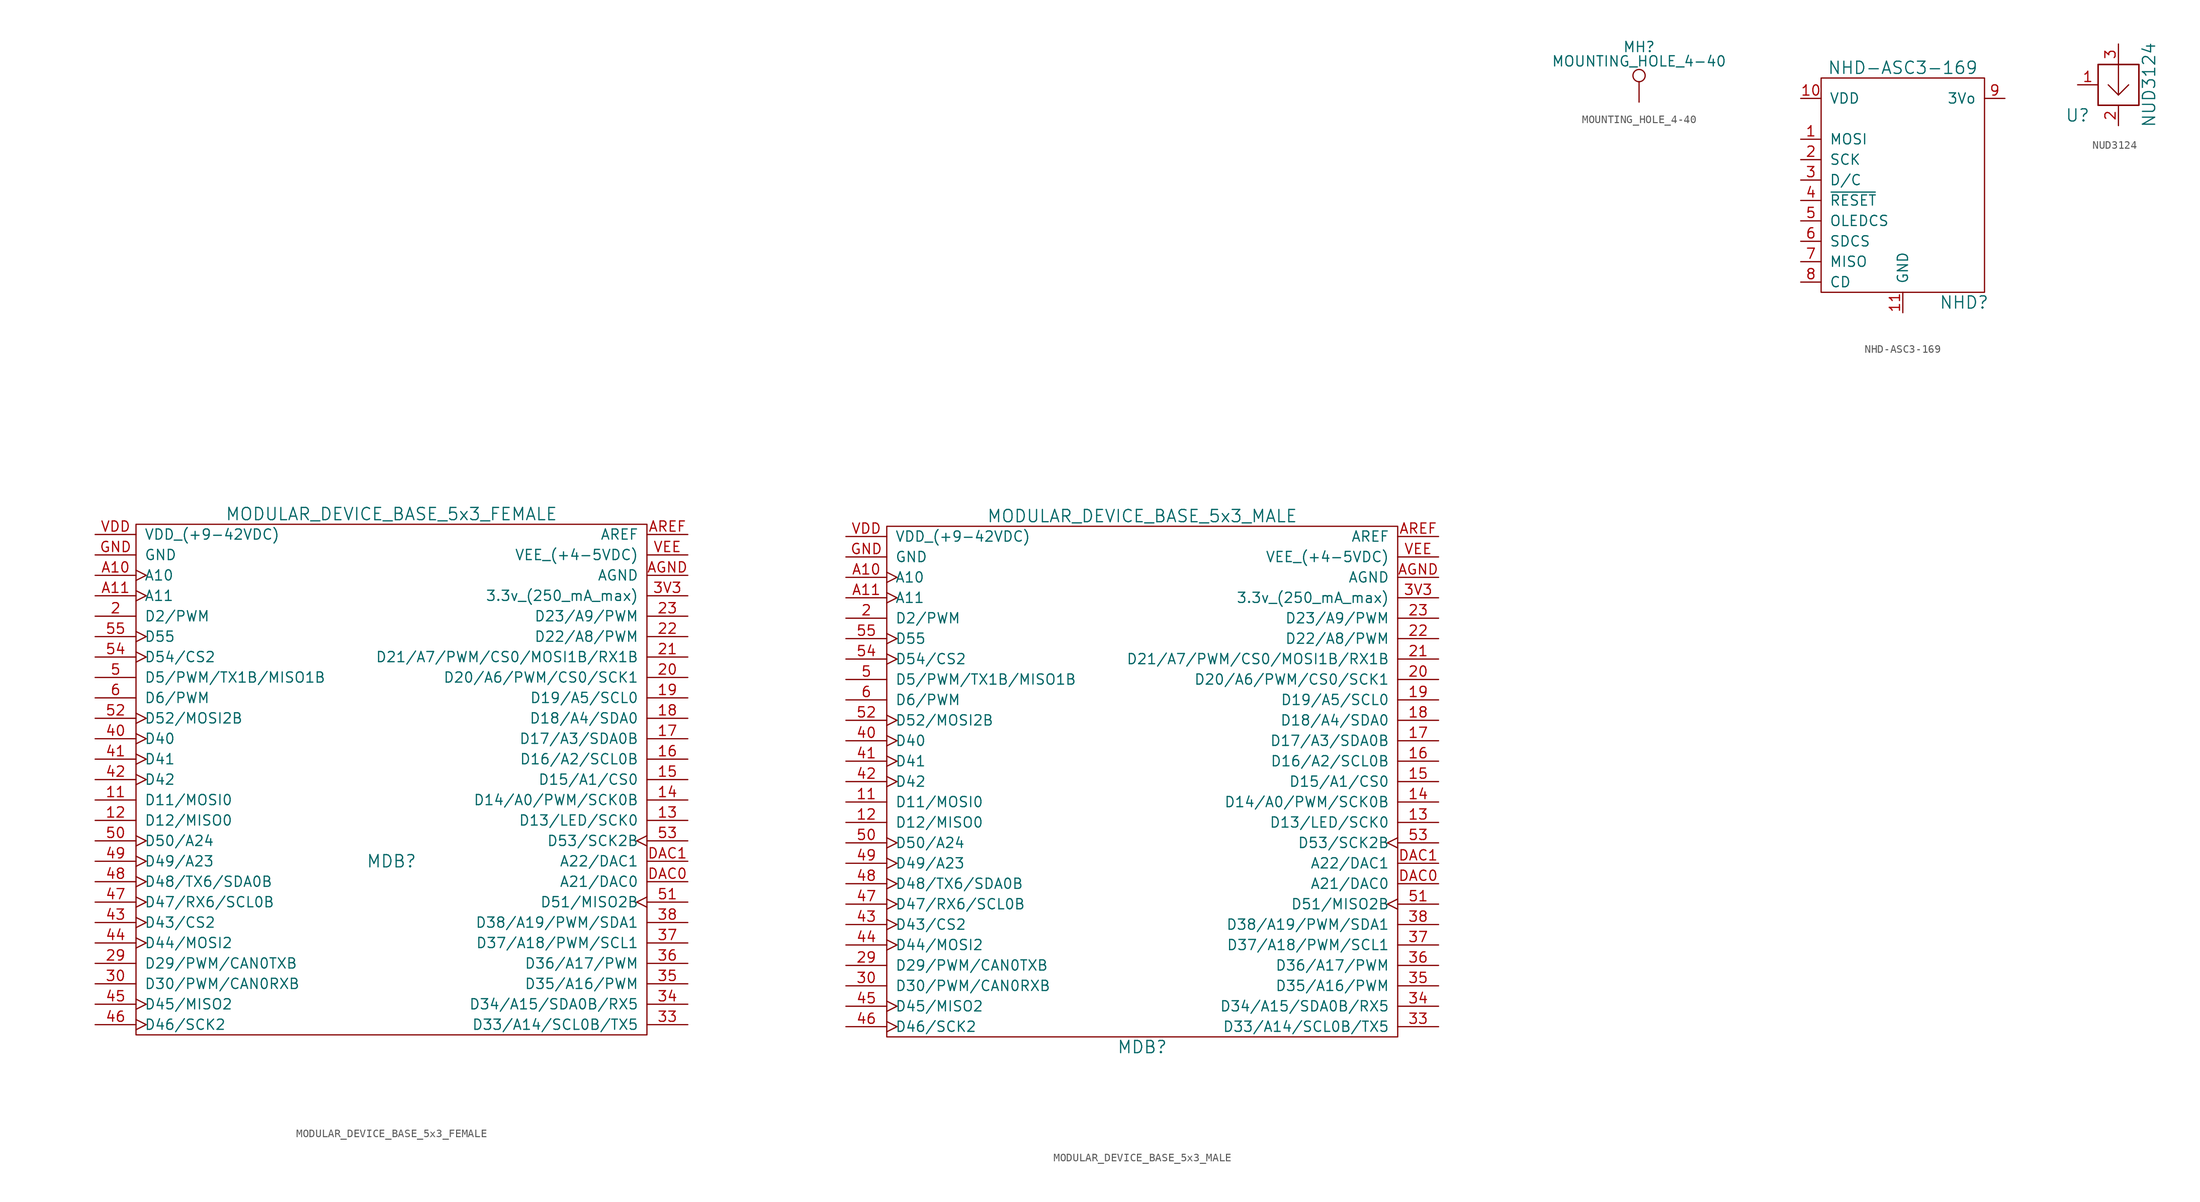
<source format=kicad_sym>
(kicad_symbol_lib
  (version 20211014)
  (generator kicad_symbol_editor)
  (symbol "MODULAR_DEVICE_BASE_5x3_FEMALE"
    (pin_names
      (offset 1.016))
    (property "Reference" "MDB"
      (at 0 -21.59 0)
      (effects (font (size 1.524 1.524))))
    (property "Value" "MODULAR_DEVICE_BASE_5x3_FEMALE"
      (at 0 21.59 0)
      (effects (font (size 1.524 1.524))))
    (property "Datasheet" ""
      (at 1.27 69.85 0)
      (effects (font (size 1.524 1.524))))
    (symbol "MODULAR_DEVICE_BASE_5x3_FEMALE_0_1"
      (rectangle (start -31.75 20.32) (end 31.75 -43.18) (stroke (width 0) (type default) (color 0 0 0 0)) (fill (type none))))
    (symbol "MODULAR_DEVICE_BASE_5x3_FEMALE_1_1"
      (pin bidirectional line (at -36.83 -13.97 0) (length 5.08) (name "D11/MOSI0" (effects (font (size 1.27 1.27)))) (number "11" (effects (font (size 1.27 1.27)))))
      (pin bidirectional line (at -36.83 -16.51 0) (length 5.08) (name "D12/MISO0" (effects (font (size 1.27 1.27)))) (number "12" (effects (font (size 1.27 1.27)))))
      (pin bidirectional line (at 36.83 -16.51 180) (length 5.08) (name "D13/LED/SCK0" (effects (font (size 1.27 1.27)))) (number "13" (effects (font (size 1.27 1.27)))))
      (pin bidirectional line (at 36.83 -13.97 180) (length 5.08) (name "D14/A0/PWM/SCK0B" (effects (font (size 1.27 1.27)))) (number "14" (effects (font (size 1.27 1.27)))))
      (pin bidirectional line (at 36.83 -11.43 180) (length 5.08) (name "D15/A1/CS0" (effects (font (size 1.27 1.27)))) (number "15" (effects (font (size 1.27 1.27)))))
      (pin bidirectional line (at 36.83 -8.89 180) (length 5.08) (name "D16/A2/SCL0B" (effects (font (size 1.27 1.27)))) (number "16" (effects (font (size 1.27 1.27)))))
      (pin bidirectional line (at 36.83 -6.35 180) (length 5.08) (name "D17/A3/SDA0B" (effects (font (size 1.27 1.27)))) (number "17" (effects (font (size 1.27 1.27)))))
      (pin bidirectional line (at 36.83 -3.81 180) (length 5.08) (name "D18/A4/SDA0" (effects (font (size 1.27 1.27)))) (number "18" (effects (font (size 1.27 1.27)))))
      (pin bidirectional line (at 36.83 -1.27 180) (length 5.08) (name "D19/A5/SCL0" (effects (font (size 1.27 1.27)))) (number "19" (effects (font (size 1.27 1.27)))))
      (pin bidirectional line (at -36.83 8.89 0) (length 5.08) (name "D2/PWM" (effects (font (size 1.27 1.27)))) (number "2" (effects (font (size 1.27 1.27)))))
      (pin bidirectional line (at 36.83 1.27 180) (length 5.08) (name "D20/A6/PWM/CS0/SCK1" (effects (font (size 1.27 1.27)))) (number "20" (effects (font (size 1.27 1.27)))))
      (pin bidirectional line (at 36.83 3.81 180) (length 5.08) (name "D21/A7/PWM/CS0/MOSI1B/RX1B" (effects (font (size 1.27 1.27)))) (number "21" (effects (font (size 1.27 1.27)))))
      (pin bidirectional line (at 36.83 6.35 180) (length 5.08) (name "D22/A8/PWM" (effects (font (size 1.27 1.27)))) (number "22" (effects (font (size 1.27 1.27)))))
      (pin bidirectional line (at 36.83 8.89 180) (length 5.08) (name "D23/A9/PWM" (effects (font (size 1.27 1.27)))) (number "23" (effects (font (size 1.27 1.27)))))
      (pin bidirectional line (at -36.83 -34.29 0) (length 5.08) (name "D29/PWM/CAN0TXB" (effects (font (size 1.27 1.27)))) (number "29" (effects (font (size 1.27 1.27)))))
      (pin bidirectional line (at -36.83 -36.83 0) (length 5.08) (name "D30/PWM/CAN0RXB" (effects (font (size 1.27 1.27)))) (number "30" (effects (font (size 1.27 1.27)))))
      (pin bidirectional line (at 36.83 -41.91 180) (length 5.08) (name "D33/A14/SCL0B/TX5" (effects (font (size 1.27 1.27)))) (number "33" (effects (font (size 1.27 1.27)))))
      (pin bidirectional line (at 36.83 -39.37 180) (length 5.08) (name "D34/A15/SDA0B/RX5" (effects (font (size 1.27 1.27)))) (number "34" (effects (font (size 1.27 1.27)))))
      (pin bidirectional line (at 36.83 -36.83 180) (length 5.08) (name "D35/A16/PWM" (effects (font (size 1.27 1.27)))) (number "35" (effects (font (size 1.27 1.27)))))
      (pin bidirectional line (at 36.83 -34.29 180) (length 5.08) (name "D36/A17/PWM" (effects (font (size 1.27 1.27)))) (number "36" (effects (font (size 1.27 1.27)))))
      (pin bidirectional line (at 36.83 -31.75 180) (length 5.08) (name "D37/A18/PWM/SCL1" (effects (font (size 1.27 1.27)))) (number "37" (effects (font (size 1.27 1.27)))))
      (pin bidirectional line (at 36.83 -29.21 180) (length 5.08) (name "D38/A19/PWM/SDA1" (effects (font (size 1.27 1.27)))) (number "38" (effects (font (size 1.27 1.27)))))
      (pin passive line (at 36.83 11.43 180) (length 5.08) (name "3.3v_(250_mA_max)" (effects (font (size 1.27 1.27)))) (number "3V3" (effects (font (size 1.27 1.27)))))
      (pin bidirectional clock (at -36.83 -6.35 0) (length 5.08) (name "D40" (effects (font (size 1.27 1.27)))) (number "40" (effects (font (size 1.27 1.27)))))
      (pin bidirectional clock (at -36.83 -8.89 0) (length 5.08) (name "D41" (effects (font (size 1.27 1.27)))) (number "41" (effects (font (size 1.27 1.27)))))
      (pin bidirectional clock (at -36.83 -11.43 0) (length 5.08) (name "D42" (effects (font (size 1.27 1.27)))) (number "42" (effects (font (size 1.27 1.27)))))
      (pin bidirectional clock (at -36.83 -29.21 0) (length 5.08) (name "D43/CS2" (effects (font (size 1.27 1.27)))) (number "43" (effects (font (size 1.27 1.27)))))
      (pin bidirectional clock (at -36.83 -31.75 0) (length 5.08) (name "D44/MOSI2" (effects (font (size 1.27 1.27)))) (number "44" (effects (font (size 1.27 1.27)))))
      (pin bidirectional clock (at -36.83 -39.37 0) (length 5.08) (name "D45/MISO2" (effects (font (size 1.27 1.27)))) (number "45" (effects (font (size 1.27 1.27)))))
      (pin bidirectional clock (at -36.83 -41.91 0) (length 5.08) (name "D46/SCK2" (effects (font (size 1.27 1.27)))) (number "46" (effects (font (size 1.27 1.27)))))
      (pin bidirectional clock (at -36.83 -26.67 0) (length 5.08) (name "D47/RX6/SCL0B" (effects (font (size 1.27 1.27)))) (number "47" (effects (font (size 1.27 1.27)))))
      (pin bidirectional clock (at -36.83 -24.13 0) (length 5.08) (name "D48/TX6/SDA0B" (effects (font (size 1.27 1.27)))) (number "48" (effects (font (size 1.27 1.27)))))
      (pin bidirectional clock (at -36.83 -21.59 0) (length 5.08) (name "D49/A23" (effects (font (size 1.27 1.27)))) (number "49" (effects (font (size 1.27 1.27)))))
      (pin bidirectional line (at -36.83 1.27 0) (length 5.08) (name "D5/PWM/TX1B/MISO1B" (effects (font (size 1.27 1.27)))) (number "5" (effects (font (size 1.27 1.27)))))
      (pin bidirectional clock (at -36.83 -19.05 0) (length 5.08) (name "D50/A24" (effects (font (size 1.27 1.27)))) (number "50" (effects (font (size 1.27 1.27)))))
      (pin bidirectional clock (at 36.83 -26.67 180) (length 5.08) (name "D51/MISO2B" (effects (font (size 1.27 1.27)))) (number "51" (effects (font (size 1.27 1.27)))))
      (pin bidirectional clock (at -36.83 -3.81 0) (length 5.08) (name "D52/MOSI2B" (effects (font (size 1.27 1.27)))) (number "52" (effects (font (size 1.27 1.27)))))
      (pin bidirectional clock (at 36.83 -19.05 180) (length 5.08) (name "D53/SCK2B" (effects (font (size 1.27 1.27)))) (number "53" (effects (font (size 1.27 1.27)))))
      (pin bidirectional clock (at -36.83 3.81 0) (length 5.08) (name "D54/CS2" (effects (font (size 1.27 1.27)))) (number "54" (effects (font (size 1.27 1.27)))))
      (pin bidirectional clock (at -36.83 6.35 0) (length 5.08) (name "D55" (effects (font (size 1.27 1.27)))) (number "55" (effects (font (size 1.27 1.27)))))
      (pin bidirectional line (at -36.83 -1.27 0) (length 5.08) (name "D6/PWM" (effects (font (size 1.27 1.27)))) (number "6" (effects (font (size 1.27 1.27)))))
      (pin bidirectional clock (at -36.83 13.97 0) (length 5.08) (name "A10" (effects (font (size 1.27 1.27)))) (number "A10" (effects (font (size 1.27 1.27)))))
      (pin bidirectional clock (at -36.83 11.43 0) (length 5.08) (name "A11" (effects (font (size 1.27 1.27)))) (number "A11" (effects (font (size 1.27 1.27)))))
      (pin passive line (at 36.83 13.97 180) (length 5.08) (name "AGND" (effects (font (size 1.27 1.27)))) (number "AGND" (effects (font (size 1.27 1.27)))))
      (pin passive line (at 36.83 19.05 180) (length 5.08) (name "AREF" (effects (font (size 1.27 1.27)))) (number "AREF" (effects (font (size 1.27 1.27)))))
      (pin bidirectional line (at 36.83 -24.13 180) (length 5.08) (name "A21/DAC0" (effects (font (size 1.27 1.27)))) (number "DAC0" (effects (font (size 1.27 1.27)))))
      (pin bidirectional line (at 36.83 -21.59 180) (length 5.08) (name "A22/DAC1" (effects (font (size 1.27 1.27)))) (number "DAC1" (effects (font (size 1.27 1.27)))))
      (pin passive line (at -36.83 16.51 0) (length 5.08) (name "GND" (effects (font (size 1.27 1.27)))) (number "GND" (effects (font (size 1.27 1.27)))))
      (pin passive line (at -36.83 19.05 0) (length 5.08) (name "VDD_(+9-42VDC)" (effects (font (size 1.27 1.27)))) (number "VDD" (effects (font (size 1.27 1.27)))))
      (pin passive line (at 36.83 16.51 180) (length 5.08) (name "VEE_(+4-5VDC)" (effects (font (size 1.27 1.27)))) (number "VEE" (effects (font (size 1.27 1.27)))))))
  (symbol "MODULAR_DEVICE_BASE_5x3_MALE"
    (pin_names
      (offset 1.016))
    (property "Reference" "MDB"
      (at 0 -44.45 0)
      (effects (font (size 1.524 1.524))))
    (property "Value" "MODULAR_DEVICE_BASE_5x3_MALE"
      (at 0 21.59 0)
      (effects (font (size 1.524 1.524))))
    (property "Datasheet" ""
      (at 1.27 69.85 0)
      (effects (font (size 1.524 1.524))))
    (symbol "MODULAR_DEVICE_BASE_5x3_MALE_0_1"
      (rectangle (start -31.75 20.32) (end 31.75 -43.18) (stroke (width 0) (type default) (color 0 0 0 0)) (fill (type none))))
    (symbol "MODULAR_DEVICE_BASE_5x3_MALE_1_1"
      (pin bidirectional line (at -36.83 -13.97 0) (length 5.08) (name "D11/MOSI0" (effects (font (size 1.27 1.27)))) (number "11" (effects (font (size 1.27 1.27)))))
      (pin bidirectional line (at -36.83 -16.51 0) (length 5.08) (name "D12/MISO0" (effects (font (size 1.27 1.27)))) (number "12" (effects (font (size 1.27 1.27)))))
      (pin bidirectional line (at 36.83 -16.51 180) (length 5.08) (name "D13/LED/SCK0" (effects (font (size 1.27 1.27)))) (number "13" (effects (font (size 1.27 1.27)))))
      (pin bidirectional line (at 36.83 -13.97 180) (length 5.08) (name "D14/A0/PWM/SCK0B" (effects (font (size 1.27 1.27)))) (number "14" (effects (font (size 1.27 1.27)))))
      (pin bidirectional line (at 36.83 -11.43 180) (length 5.08) (name "D15/A1/CS0" (effects (font (size 1.27 1.27)))) (number "15" (effects (font (size 1.27 1.27)))))
      (pin bidirectional line (at 36.83 -8.89 180) (length 5.08) (name "D16/A2/SCL0B" (effects (font (size 1.27 1.27)))) (number "16" (effects (font (size 1.27 1.27)))))
      (pin bidirectional line (at 36.83 -6.35 180) (length 5.08) (name "D17/A3/SDA0B" (effects (font (size 1.27 1.27)))) (number "17" (effects (font (size 1.27 1.27)))))
      (pin bidirectional line (at 36.83 -3.81 180) (length 5.08) (name "D18/A4/SDA0" (effects (font (size 1.27 1.27)))) (number "18" (effects (font (size 1.27 1.27)))))
      (pin bidirectional line (at 36.83 -1.27 180) (length 5.08) (name "D19/A5/SCL0" (effects (font (size 1.27 1.27)))) (number "19" (effects (font (size 1.27 1.27)))))
      (pin bidirectional line (at -36.83 8.89 0) (length 5.08) (name "D2/PWM" (effects (font (size 1.27 1.27)))) (number "2" (effects (font (size 1.27 1.27)))))
      (pin bidirectional line (at 36.83 1.27 180) (length 5.08) (name "D20/A6/PWM/CS0/SCK1" (effects (font (size 1.27 1.27)))) (number "20" (effects (font (size 1.27 1.27)))))
      (pin bidirectional line (at 36.83 3.81 180) (length 5.08) (name "D21/A7/PWM/CS0/MOSI1B/RX1B" (effects (font (size 1.27 1.27)))) (number "21" (effects (font (size 1.27 1.27)))))
      (pin bidirectional line (at 36.83 6.35 180) (length 5.08) (name "D22/A8/PWM" (effects (font (size 1.27 1.27)))) (number "22" (effects (font (size 1.27 1.27)))))
      (pin bidirectional line (at 36.83 8.89 180) (length 5.08) (name "D23/A9/PWM" (effects (font (size 1.27 1.27)))) (number "23" (effects (font (size 1.27 1.27)))))
      (pin bidirectional line (at -36.83 -34.29 0) (length 5.08) (name "D29/PWM/CAN0TXB" (effects (font (size 1.27 1.27)))) (number "29" (effects (font (size 1.27 1.27)))))
      (pin bidirectional line (at -36.83 -36.83 0) (length 5.08) (name "D30/PWM/CAN0RXB" (effects (font (size 1.27 1.27)))) (number "30" (effects (font (size 1.27 1.27)))))
      (pin bidirectional line (at 36.83 -41.91 180) (length 5.08) (name "D33/A14/SCL0B/TX5" (effects (font (size 1.27 1.27)))) (number "33" (effects (font (size 1.27 1.27)))))
      (pin bidirectional line (at 36.83 -39.37 180) (length 5.08) (name "D34/A15/SDA0B/RX5" (effects (font (size 1.27 1.27)))) (number "34" (effects (font (size 1.27 1.27)))))
      (pin bidirectional line (at 36.83 -36.83 180) (length 5.08) (name "D35/A16/PWM" (effects (font (size 1.27 1.27)))) (number "35" (effects (font (size 1.27 1.27)))))
      (pin bidirectional line (at 36.83 -34.29 180) (length 5.08) (name "D36/A17/PWM" (effects (font (size 1.27 1.27)))) (number "36" (effects (font (size 1.27 1.27)))))
      (pin bidirectional line (at 36.83 -31.75 180) (length 5.08) (name "D37/A18/PWM/SCL1" (effects (font (size 1.27 1.27)))) (number "37" (effects (font (size 1.27 1.27)))))
      (pin bidirectional line (at 36.83 -29.21 180) (length 5.08) (name "D38/A19/PWM/SDA1" (effects (font (size 1.27 1.27)))) (number "38" (effects (font (size 1.27 1.27)))))
      (pin passive line (at 36.83 11.43 180) (length 5.08) (name "3.3v_(250_mA_max)" (effects (font (size 1.27 1.27)))) (number "3V3" (effects (font (size 1.27 1.27)))))
      (pin bidirectional clock (at -36.83 -6.35 0) (length 5.08) (name "D40" (effects (font (size 1.27 1.27)))) (number "40" (effects (font (size 1.27 1.27)))))
      (pin bidirectional clock (at -36.83 -8.89 0) (length 5.08) (name "D41" (effects (font (size 1.27 1.27)))) (number "41" (effects (font (size 1.27 1.27)))))
      (pin bidirectional clock (at -36.83 -11.43 0) (length 5.08) (name "D42" (effects (font (size 1.27 1.27)))) (number "42" (effects (font (size 1.27 1.27)))))
      (pin bidirectional clock (at -36.83 -29.21 0) (length 5.08) (name "D43/CS2" (effects (font (size 1.27 1.27)))) (number "43" (effects (font (size 1.27 1.27)))))
      (pin bidirectional clock (at -36.83 -31.75 0) (length 5.08) (name "D44/MOSI2" (effects (font (size 1.27 1.27)))) (number "44" (effects (font (size 1.27 1.27)))))
      (pin bidirectional clock (at -36.83 -39.37 0) (length 5.08) (name "D45/MISO2" (effects (font (size 1.27 1.27)))) (number "45" (effects (font (size 1.27 1.27)))))
      (pin bidirectional clock (at -36.83 -41.91 0) (length 5.08) (name "D46/SCK2" (effects (font (size 1.27 1.27)))) (number "46" (effects (font (size 1.27 1.27)))))
      (pin bidirectional clock (at -36.83 -26.67 0) (length 5.08) (name "D47/RX6/SCL0B" (effects (font (size 1.27 1.27)))) (number "47" (effects (font (size 1.27 1.27)))))
      (pin bidirectional clock (at -36.83 -24.13 0) (length 5.08) (name "D48/TX6/SDA0B" (effects (font (size 1.27 1.27)))) (number "48" (effects (font (size 1.27 1.27)))))
      (pin bidirectional clock (at -36.83 -21.59 0) (length 5.08) (name "D49/A23" (effects (font (size 1.27 1.27)))) (number "49" (effects (font (size 1.27 1.27)))))
      (pin bidirectional line (at -36.83 1.27 0) (length 5.08) (name "D5/PWM/TX1B/MISO1B" (effects (font (size 1.27 1.27)))) (number "5" (effects (font (size 1.27 1.27)))))
      (pin bidirectional clock (at -36.83 -19.05 0) (length 5.08) (name "D50/A24" (effects (font (size 1.27 1.27)))) (number "50" (effects (font (size 1.27 1.27)))))
      (pin bidirectional clock (at 36.83 -26.67 180) (length 5.08) (name "D51/MISO2B" (effects (font (size 1.27 1.27)))) (number "51" (effects (font (size 1.27 1.27)))))
      (pin bidirectional clock (at -36.83 -3.81 0) (length 5.08) (name "D52/MOSI2B" (effects (font (size 1.27 1.27)))) (number "52" (effects (font (size 1.27 1.27)))))
      (pin bidirectional clock (at 36.83 -19.05 180) (length 5.08) (name "D53/SCK2B" (effects (font (size 1.27 1.27)))) (number "53" (effects (font (size 1.27 1.27)))))
      (pin bidirectional clock (at -36.83 3.81 0) (length 5.08) (name "D54/CS2" (effects (font (size 1.27 1.27)))) (number "54" (effects (font (size 1.27 1.27)))))
      (pin bidirectional clock (at -36.83 6.35 0) (length 5.08) (name "D55" (effects (font (size 1.27 1.27)))) (number "55" (effects (font (size 1.27 1.27)))))
      (pin bidirectional line (at -36.83 -1.27 0) (length 5.08) (name "D6/PWM" (effects (font (size 1.27 1.27)))) (number "6" (effects (font (size 1.27 1.27)))))
      (pin bidirectional clock (at -36.83 13.97 0) (length 5.08) (name "A10" (effects (font (size 1.27 1.27)))) (number "A10" (effects (font (size 1.27 1.27)))))
      (pin bidirectional clock (at -36.83 11.43 0) (length 5.08) (name "A11" (effects (font (size 1.27 1.27)))) (number "A11" (effects (font (size 1.27 1.27)))))
      (pin passive line (at 36.83 13.97 180) (length 5.08) (name "AGND" (effects (font (size 1.27 1.27)))) (number "AGND" (effects (font (size 1.27 1.27)))))
      (pin passive line (at 36.83 19.05 180) (length 5.08) (name "AREF" (effects (font (size 1.27 1.27)))) (number "AREF" (effects (font (size 1.27 1.27)))))
      (pin bidirectional line (at 36.83 -24.13 180) (length 5.08) (name "A21/DAC0" (effects (font (size 1.27 1.27)))) (number "DAC0" (effects (font (size 1.27 1.27)))))
      (pin bidirectional line (at 36.83 -21.59 180) (length 5.08) (name "A22/DAC1" (effects (font (size 1.27 1.27)))) (number "DAC1" (effects (font (size 1.27 1.27)))))
      (pin passive line (at -36.83 16.51 0) (length 5.08) (name "GND" (effects (font (size 1.27 1.27)))) (number "GND" (effects (font (size 1.27 1.27)))))
      (pin passive line (at -36.83 19.05 0) (length 5.08) (name "VDD_(+9-42VDC)" (effects (font (size 1.27 1.27)))) (number "VDD" (effects (font (size 1.27 1.27)))))
      (pin passive line (at 36.83 16.51 180) (length 5.08) (name "VEE_(+4-5VDC)" (effects (font (size 1.27 1.27)))) (number "VEE" (effects (font (size 1.27 1.27)))))))
  (symbol "MOUNTING_HOLE_4-40"
    (pin_numbers hide)
    (pin_names
      (offset 0.762) hide)
    (property "Reference" "MH"
      (at 0 6.858 0)
      (effects (font (size 1.27 1.27))))
    (property "Value" "MOUNTING_HOLE_4-40"
      (at 0 5.08 0)
      (effects (font (size 1.27 1.27))))
    (symbol "MOUNTING_HOLE_4-40_0_1"
      (circle (center 0 3.302) (radius 0.762) (stroke (width 0) (type default) (color 0 0 0 0)) (fill (type none))))
    (symbol "MOUNTING_HOLE_4-40_1_1"
      (pin passive line (at 0 0 90) (length 2.54) (name "1" (effects (font (size 1.27 1.27)))) (number "1" (effects (font (size 1.27 1.27)))))))
  (symbol "NHD-ASC3-169"
    (pin_names
      (offset 1.016))
    (property "Reference" "NHD"
      (at 7.62 -16.51 0)
      (effects (font (size 1.524 1.524))))
    (property "Value" "NHD-ASC3-169"
      (at 0 12.7 0)
      (effects (font (size 1.524 1.524))))
    (property "Datasheet" ""
      (at 10.16 12.7 0)
      (effects (font (size 1.524 1.524))))
    (symbol "NHD-ASC3-169_0_1"
      (rectangle (start -10.16 11.43) (end 10.16 -15.24) (stroke (width 0) (type default) (color 0 0 0 0)) (fill (type none))))
    (symbol "NHD-ASC3-169_1_1"
      (pin bidirectional line (at -12.7 3.81 0) (length 2.54) (name "MOSI" (effects (font (size 1.27 1.27)))) (number "1" (effects (font (size 1.27 1.27)))))
      (pin power_in line (at -12.7 8.89 0) (length 2.54) (name "VDD" (effects (font (size 1.27 1.27)))) (number "10" (effects (font (size 1.27 1.27)))))
      (pin power_in line (at 0 -17.78 90) (length 2.54) (name "GND" (effects (font (size 1.27 1.27)))) (number "11" (effects (font (size 1.27 1.27)))))
      (pin bidirectional line (at -12.7 1.27 0) (length 2.54) (name "SCK" (effects (font (size 1.27 1.27)))) (number "2" (effects (font (size 1.27 1.27)))))
      (pin bidirectional line (at -12.7 -1.27 0) (length 2.54) (name "D/C" (effects (font (size 1.27 1.27)))) (number "3" (effects (font (size 1.27 1.27)))))
      (pin passive line (at -12.7 -3.81 0) (length 2.54) (name "~{RESET}" (effects (font (size 1.27 1.27)))) (number "4" (effects (font (size 1.27 1.27)))))
      (pin bidirectional line (at -12.7 -6.35 0) (length 2.54) (name "OLEDCS" (effects (font (size 1.27 1.27)))) (number "5" (effects (font (size 1.27 1.27)))))
      (pin bidirectional line (at -12.7 -8.89 0) (length 2.54) (name "SDCS" (effects (font (size 1.27 1.27)))) (number "6" (effects (font (size 1.27 1.27)))))
      (pin bidirectional line (at -12.7 -11.43 0) (length 2.54) (name "MISO" (effects (font (size 1.27 1.27)))) (number "7" (effects (font (size 1.27 1.27)))))
      (pin bidirectional line (at -12.7 -13.97 0) (length 2.54) (name "CD" (effects (font (size 1.27 1.27)))) (number "8" (effects (font (size 1.27 1.27)))))
      (pin power_out line (at 12.7 8.89 180) (length 2.54) (name "3Vo" (effects (font (size 1.27 1.27)))) (number "9" (effects (font (size 1.27 1.27)))))))
  (symbol "NUD3124"
    (pin_names
      (offset 1.016))
    (property "Reference" "U"
      (at -5.08 -3.81 0)
      (effects (font (size 1.524 1.524))))
    (property "Value" "NUD3124"
      (at 3.81 0 90)
      (effects (font (size 1.524 1.524))))
    (symbol "NUD3124_0_1"
      (rectangle (start -2.54 2.54) (end 2.54 -2.54) (stroke (width 0) (type default) (color 0 0 0 0)) (fill (type none)))
      (rectangle (start -2.54 2.54) (end 2.54 -2.54) (stroke (width 0) (type default) (color 0 0 0 0)) (fill (type none)))
      (rectangle (start -2.54 2.54) (end 2.54 -2.54) (stroke (width 0) (type default) (color 0 0 0 0)) (fill (type none)))
      (polyline (pts (xy 0 -1.27) (xy -1.27 0)) (stroke (width 0) (type default) (color 0 0 0 0)) (fill (type none)))
      (polyline (pts (xy 0 -1.27) (xy 0 2.54)) (stroke (width 0) (type default) (color 0 0 0 0)) (fill (type none)))
      (polyline (pts (xy 0 -1.27) (xy 1.27 0)) (stroke (width 0) (type default) (color 0 0 0 0)) (fill (type none)))
      (rectangle (start 2.54 -2.54) (end -2.54 2.54) (stroke (width 0) (type default) (color 0 0 0 0)) (fill (type none))))
    (symbol "NUD3124_1_1"
      (pin passive line (at -5.08 0 0) (length 2.54) (name "~" (effects (font (size 1.27 1.27)))) (number "1" (effects (font (size 1.27 1.27)))))
      (pin passive line (at 0 -5.08 90) (length 2.54) (name "~" (effects (font (size 1.27 1.27)))) (number "2" (effects (font (size 1.27 1.27)))))
      (pin passive line (at 0 5.08 270) (length 2.54) (name "~" (effects (font (size 1.27 1.27)))) (number "3" (effects (font (size 1.27 1.27))))))))
</source>
